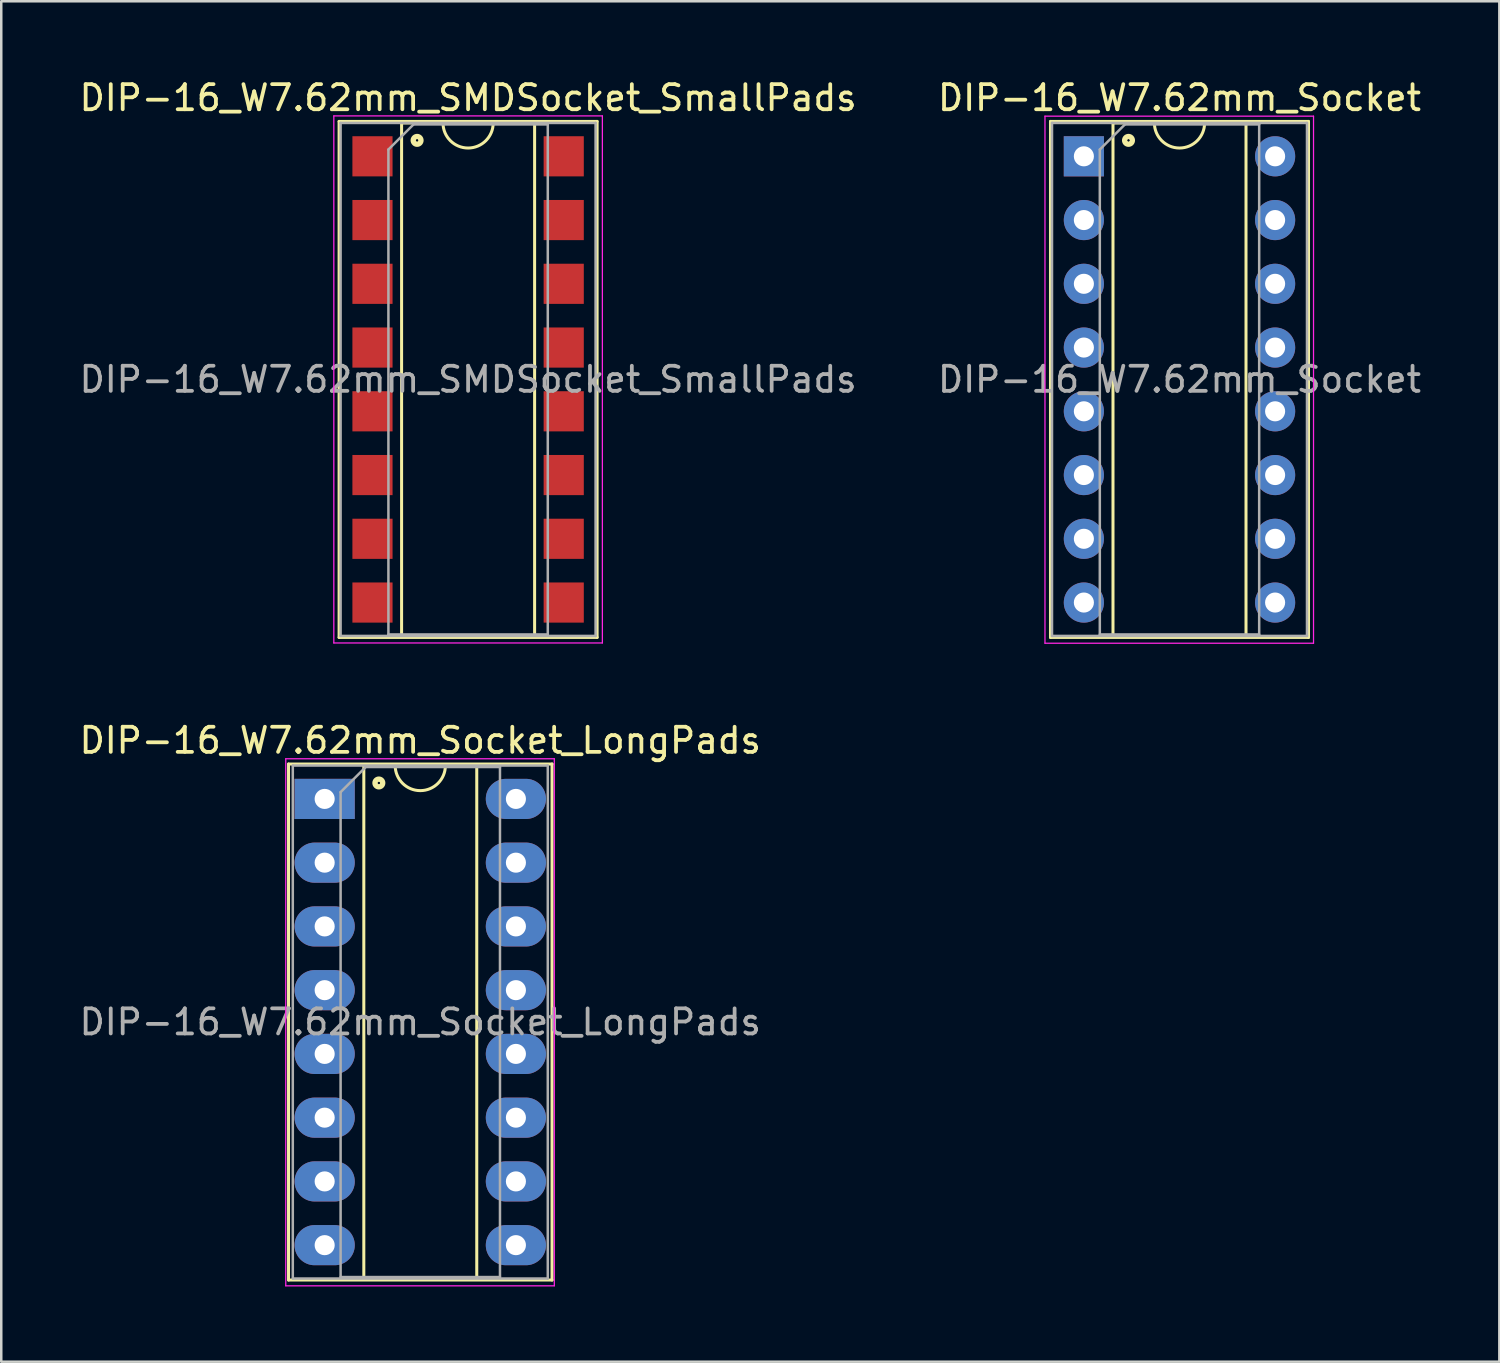
<source format=kicad_pcb>
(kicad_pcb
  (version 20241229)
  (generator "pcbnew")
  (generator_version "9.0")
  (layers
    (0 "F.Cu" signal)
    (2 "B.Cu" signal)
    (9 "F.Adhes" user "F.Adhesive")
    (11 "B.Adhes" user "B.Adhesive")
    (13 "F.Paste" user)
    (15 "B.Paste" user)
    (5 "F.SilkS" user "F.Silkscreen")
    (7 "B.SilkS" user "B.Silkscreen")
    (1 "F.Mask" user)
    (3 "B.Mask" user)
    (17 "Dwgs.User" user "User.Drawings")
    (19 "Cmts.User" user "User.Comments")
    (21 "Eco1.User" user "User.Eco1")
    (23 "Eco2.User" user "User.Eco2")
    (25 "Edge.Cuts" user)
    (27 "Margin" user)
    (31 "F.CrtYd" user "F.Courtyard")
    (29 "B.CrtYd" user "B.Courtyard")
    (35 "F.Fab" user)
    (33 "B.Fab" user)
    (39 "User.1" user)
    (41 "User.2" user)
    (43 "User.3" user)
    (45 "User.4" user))
  (footprint "DIP-16_W7.62mm_Socket_LongPads"
    (layer "F.Cu")
    (at 9.886 28.782)
    (property "Reference" "DIP-16_W7.62mm_Socket_LongPads" (at 3.81 -2.33 0) (layer "F.SilkS") (effects (font (size 1 1) (thickness 0.15))))
    (attr through_hole)
    (fp_line (start -1.44 -1.39) (end -1.44 19.17) (stroke (width 0.12) (type solid)) (layer "F.SilkS"))
    (fp_line (start -1.44 19.17) (end 9.06 19.17) (stroke (width 0.12) (type solid)) (layer "F.SilkS"))
    (fp_line (start 1.56 -1.33) (end 1.56 19.11) (stroke (width 0.12) (type solid)) (layer "F.SilkS"))
    (fp_line (start 1.56 19.11) (end 6.06 19.11) (stroke (width 0.12) (type solid)) (layer "F.SilkS"))
    (fp_line (start 2.81 -1.33) (end 1.56 -1.33) (stroke (width 0.12) (type solid)) (layer "F.SilkS"))
    (fp_line (start 6.06 -1.33) (end 4.81 -1.33) (stroke (width 0.12) (type solid)) (layer "F.SilkS"))
    (fp_line (start 6.06 19.11) (end 6.06 -1.33) (stroke (width 0.12) (type solid)) (layer "F.SilkS"))
    (fp_line (start 9.06 -1.39) (end -1.44 -1.39) (stroke (width 0.12) (type solid)) (layer "F.SilkS"))
    (fp_line (start 9.06 19.17) (end 9.06 -1.39) (stroke (width 0.12) (type solid)) (layer "F.SilkS"))
    (fp_arc (start 4.81 -1.33) (mid 3.81 -0.33) (end 2.81 -1.33) (stroke (width 0.12) (type solid)) (layer "F.SilkS"))
    (fp_circle (center 2.159 -0.635) (end 2.209 -0.635) (stroke (width 0.12) (type solid)) (fill no) (layer "F.SilkS"))
    (fp_circle (center 2.159 -0.635) (end 2.284 -0.635) (stroke (width 0.12) (type solid)) (fill no) (layer "F.SilkS"))
    (fp_circle (center 2.159 -0.635) (end 2.359 -0.635) (stroke (width 0.12) (type solid)) (fill no) (layer "F.SilkS"))
    (fp_line (start -1.55 -1.6) (end -1.55 19.4) (stroke (width 0.05) (type solid)) (layer "F.CrtYd"))
    (fp_line (start -1.55 19.4) (end 9.15 19.4) (stroke (width 0.05) (type solid)) (layer "F.CrtYd"))
    (fp_line (start 9.15 -1.6) (end -1.55 -1.6) (stroke (width 0.05) (type solid)) (layer "F.CrtYd"))
    (fp_line (start 9.15 19.4) (end 9.15 -1.6) (stroke (width 0.05) (type solid)) (layer "F.CrtYd"))
    (fp_line (start -1.27 -1.33) (end -1.27 19.11) (stroke (width 0.1) (type solid)) (layer "F.Fab"))
    (fp_line (start -1.27 19.11) (end 8.89 19.11) (stroke (width 0.1) (type solid)) (layer "F.Fab"))
    (fp_line (start 0.635 -0.27) (end 1.635 -1.27) (stroke (width 0.1) (type solid)) (layer "F.Fab"))
    (fp_line (start 0.635 19.05) (end 0.635 -0.27) (stroke (width 0.1) (type solid)) (layer "F.Fab"))
    (fp_line (start 1.635 -1.27) (end 6.985 -1.27) (stroke (width 0.1) (type solid)) (layer "F.Fab"))
    (fp_line (start 6.985 -1.27) (end 6.985 19.05) (stroke (width 0.1) (type solid)) (layer "F.Fab"))
    (fp_line (start 6.985 19.05) (end 0.635 19.05) (stroke (width 0.1) (type solid)) (layer "F.Fab"))
    (fp_line (start 8.89 -1.33) (end -1.27 -1.33) (stroke (width 0.1) (type solid)) (layer "F.Fab"))
    (fp_line (start 8.89 19.11) (end 8.89 -1.33) (stroke (width 0.1) (type solid)) (layer "F.Fab"))
    (fp_text user "${REFERENCE}" (at 3.81 8.89 0) (layer "F.Fab") (effects (font (size 1 1) (thickness 0.15))))
    (pad "1" thru_hole rect (at 0 0) (size 2.4 1.6) (drill 0.8) (layers "*.Cu" "*.Mask"))
    (pad "2" thru_hole oval (at 0 2.54) (size 2.4 1.6) (drill 0.8) (layers "*.Cu" "*.Mask"))
    (pad "3" thru_hole oval (at 0 5.08) (size 2.4 1.6) (drill 0.8) (layers "*.Cu" "*.Mask"))
    (pad "4" thru_hole oval (at 0 7.62) (size 2.4 1.6) (drill 0.8) (layers "*.Cu" "*.Mask"))
    (pad "5" thru_hole oval (at 0 10.16) (size 2.4 1.6) (drill 0.8) (layers "*.Cu" "*.Mask"))
    (pad "6" thru_hole oval (at 0 12.7) (size 2.4 1.6) (drill 0.8) (layers "*.Cu" "*.Mask"))
    (pad "7" thru_hole oval (at 0 15.24) (size 2.4 1.6) (drill 0.8) (layers "*.Cu" "*.Mask"))
    (pad "8" thru_hole oval (at 0 17.78) (size 2.4 1.6) (drill 0.8) (layers "*.Cu" "*.Mask"))
    (pad "9" thru_hole oval (at 7.62 17.78) (size 2.4 1.6) (drill 0.8) (layers "*.Cu" "*.Mask"))
    (pad "10" thru_hole oval (at 7.62 15.24) (size 2.4 1.6) (drill 0.8) (layers "*.Cu" "*.Mask"))
    (pad "11" thru_hole oval (at 7.62 12.7) (size 2.4 1.6) (drill 0.8) (layers "*.Cu" "*.Mask"))
    (pad "12" thru_hole oval (at 7.62 10.16) (size 2.4 1.6) (drill 0.8) (layers "*.Cu" "*.Mask"))
    (pad "13" thru_hole oval (at 7.62 7.62) (size 2.4 1.6) (drill 0.8) (layers "*.Cu" "*.Mask"))
    (pad "14" thru_hole oval (at 7.62 5.08) (size 2.4 1.6) (drill 0.8) (layers "*.Cu" "*.Mask"))
    (pad "15" thru_hole oval (at 7.62 2.54) (size 2.4 1.6) (drill 0.8) (layers "*.Cu" "*.Mask"))
    (pad "16" thru_hole oval (at 7.62 0) (size 2.4 1.6) (drill 0.8) (layers "*.Cu" "*.Mask")))
  (footprint "DIP-16_W7.62mm_Socket"
    (layer "F.Cu")
    (at 40.136 3.178)
    (property "Reference" "DIP-16_W7.62mm_Socket" (at 3.81 -2.33 0) (layer "F.SilkS") (effects (font (size 1 1) (thickness 0.15))))
    (attr through_hole)
    (fp_line (start -1.33 -1.39) (end -1.33 19.17) (stroke (width 0.12) (type solid)) (layer "F.SilkS"))
    (fp_line (start -1.33 19.17) (end 8.95 19.17) (stroke (width 0.12) (type solid)) (layer "F.SilkS"))
    (fp_line (start 1.16 -1.33) (end 1.16 19.11) (stroke (width 0.12) (type solid)) (layer "F.SilkS"))
    (fp_line (start 1.16 19.11) (end 6.46 19.11) (stroke (width 0.12) (type solid)) (layer "F.SilkS"))
    (fp_line (start 2.81 -1.33) (end 1.16 -1.33) (stroke (width 0.12) (type solid)) (layer "F.SilkS"))
    (fp_line (start 6.46 -1.33) (end 4.81 -1.33) (stroke (width 0.12) (type solid)) (layer "F.SilkS"))
    (fp_line (start 6.46 19.11) (end 6.46 -1.33) (stroke (width 0.12) (type solid)) (layer "F.SilkS"))
    (fp_line (start 8.95 -1.39) (end -1.33 -1.39) (stroke (width 0.12) (type solid)) (layer "F.SilkS"))
    (fp_line (start 8.95 19.17) (end 8.95 -1.39) (stroke (width 0.12) (type solid)) (layer "F.SilkS"))
    (fp_arc (start 4.81 -1.33) (mid 3.81 -0.33) (end 2.81 -1.33) (stroke (width 0.12) (type solid)) (layer "F.SilkS"))
    (fp_circle (center 1.778 -0.635) (end 1.828 -0.635) (stroke (width 0.12) (type solid)) (fill no) (layer "F.SilkS"))
    (fp_circle (center 1.778 -0.635) (end 1.903 -0.635) (stroke (width 0.12) (type solid)) (fill no) (layer "F.SilkS"))
    (fp_circle (center 1.778 -0.635) (end 1.978 -0.635) (stroke (width 0.12) (type solid)) (fill no) (layer "F.SilkS"))
    (fp_line (start -1.55 -1.6) (end -1.55 19.4) (stroke (width 0.05) (type solid)) (layer "F.CrtYd"))
    (fp_line (start -1.55 19.4) (end 9.15 19.4) (stroke (width 0.05) (type solid)) (layer "F.CrtYd"))
    (fp_line (start 9.15 -1.6) (end -1.55 -1.6) (stroke (width 0.05) (type solid)) (layer "F.CrtYd"))
    (fp_line (start 9.15 19.4) (end 9.15 -1.6) (stroke (width 0.05) (type solid)) (layer "F.CrtYd"))
    (fp_line (start -1.27 -1.33) (end -1.27 19.11) (stroke (width 0.1) (type solid)) (layer "F.Fab"))
    (fp_line (start -1.27 19.11) (end 8.89 19.11) (stroke (width 0.1) (type solid)) (layer "F.Fab"))
    (fp_line (start 0.635 -0.27) (end 1.635 -1.27) (stroke (width 0.1) (type solid)) (layer "F.Fab"))
    (fp_line (start 0.635 19.05) (end 0.635 -0.27) (stroke (width 0.1) (type solid)) (layer "F.Fab"))
    (fp_line (start 1.635 -1.27) (end 6.985 -1.27) (stroke (width 0.1) (type solid)) (layer "F.Fab"))
    (fp_line (start 6.985 -1.27) (end 6.985 19.05) (stroke (width 0.1) (type solid)) (layer "F.Fab"))
    (fp_line (start 6.985 19.05) (end 0.635 19.05) (stroke (width 0.1) (type solid)) (layer "F.Fab"))
    (fp_line (start 8.89 -1.33) (end -1.27 -1.33) (stroke (width 0.1) (type solid)) (layer "F.Fab"))
    (fp_line (start 8.89 19.11) (end 8.89 -1.33) (stroke (width 0.1) (type solid)) (layer "F.Fab"))
    (fp_text user "${REFERENCE}" (at 3.81 8.89 0) (layer "F.Fab") (effects (font (size 1 1) (thickness 0.15))))
    (pad "1" thru_hole rect (at 0 0) (size 1.6 1.6) (drill 0.8) (layers "*.Cu" "*.Mask"))
    (pad "2" thru_hole oval (at 0 2.54) (size 1.6 1.6) (drill 0.8) (layers "*.Cu" "*.Mask"))
    (pad "3" thru_hole oval (at 0 5.08) (size 1.6 1.6) (drill 0.8) (layers "*.Cu" "*.Mask"))
    (pad "4" thru_hole oval (at 0 7.62) (size 1.6 1.6) (drill 0.8) (layers "*.Cu" "*.Mask"))
    (pad "5" thru_hole oval (at 0 10.16) (size 1.6 1.6) (drill 0.8) (layers "*.Cu" "*.Mask"))
    (pad "6" thru_hole oval (at 0 12.7) (size 1.6 1.6) (drill 0.8) (layers "*.Cu" "*.Mask"))
    (pad "7" thru_hole oval (at 0 15.24) (size 1.6 1.6) (drill 0.8) (layers "*.Cu" "*.Mask"))
    (pad "8" thru_hole oval (at 0 17.78) (size 1.6 1.6) (drill 0.8) (layers "*.Cu" "*.Mask"))
    (pad "9" thru_hole oval (at 7.62 17.78) (size 1.6 1.6) (drill 0.8) (layers "*.Cu" "*.Mask"))
    (pad "10" thru_hole oval (at 7.62 15.24) (size 1.6 1.6) (drill 0.8) (layers "*.Cu" "*.Mask"))
    (pad "11" thru_hole oval (at 7.62 12.7) (size 1.6 1.6) (drill 0.8) (layers "*.Cu" "*.Mask"))
    (pad "12" thru_hole oval (at 7.62 10.16) (size 1.6 1.6) (drill 0.8) (layers "*.Cu" "*.Mask"))
    (pad "13" thru_hole oval (at 7.62 7.62) (size 1.6 1.6) (drill 0.8) (layers "*.Cu" "*.Mask"))
    (pad "14" thru_hole oval (at 7.62 5.08) (size 1.6 1.6) (drill 0.8) (layers "*.Cu" "*.Mask"))
    (pad "15" thru_hole oval (at 7.62 2.54) (size 1.6 1.6) (drill 0.8) (layers "*.Cu" "*.Mask"))
    (pad "16" thru_hole oval (at 7.62 0) (size 1.6 1.6) (drill 0.8) (layers "*.Cu" "*.Mask")))
  (footprint "DIP-16_W7.62mm_SMDSocket_SmallPads"
    (layer "F.Cu")
    (at 15.601 12.068)
    (property "Reference" "DIP-16_W7.62mm_SMDSocket_SmallPads" (at 0 -11.22 0) (layer "F.SilkS") (effects (font (size 1 1) (thickness 0.15))))
    (attr smd)
    (fp_line (start -5.14 -10.28) (end -5.14 10.28) (stroke (width 0.12) (type solid)) (layer "F.SilkS"))
    (fp_line (start -5.14 10.28) (end 5.14 10.28) (stroke (width 0.12) (type solid)) (layer "F.SilkS"))
    (fp_line (start -2.65 -10.22) (end -2.65 10.22) (stroke (width 0.12) (type solid)) (layer "F.SilkS"))
    (fp_line (start -2.65 10.22) (end 2.65 10.22) (stroke (width 0.12) (type solid)) (layer "F.SilkS"))
    (fp_line (start -1 -10.22) (end -2.65 -10.22) (stroke (width 0.12) (type solid)) (layer "F.SilkS"))
    (fp_line (start 2.65 -10.22) (end 1 -10.22) (stroke (width 0.12) (type solid)) (layer "F.SilkS"))
    (fp_line (start 2.65 10.22) (end 2.65 -10.22) (stroke (width 0.12) (type solid)) (layer "F.SilkS"))
    (fp_line (start 5.14 -10.28) (end -5.14 -10.28) (stroke (width 0.12) (type solid)) (layer "F.SilkS"))
    (fp_line (start 5.14 10.28) (end 5.14 -10.28) (stroke (width 0.12) (type solid)) (layer "F.SilkS"))
    (fp_arc (start 1 -10.22) (mid 0 -9.22) (end -1 -10.22) (stroke (width 0.12) (type solid)) (layer "F.SilkS"))
    (fp_circle (center -2.032 -9.525) (end -1.982 -9.525) (stroke (width 0.12) (type solid)) (fill no) (layer "F.SilkS"))
    (fp_circle (center -2.032 -9.525) (end -1.907 -9.525) (stroke (width 0.12) (type solid)) (fill no) (layer "F.SilkS"))
    (fp_circle (center -2.032 -9.525) (end -1.832 -9.525) (stroke (width 0.12) (type solid)) (fill no) (layer "F.SilkS"))
    (fp_line (start -5.35 -10.5) (end -5.35 10.5) (stroke (width 0.05) (type solid)) (layer "F.CrtYd"))
    (fp_line (start -5.35 10.5) (end 5.35 10.5) (stroke (width 0.05) (type solid)) (layer "F.CrtYd"))
    (fp_line (start 5.35 -10.5) (end -5.35 -10.5) (stroke (width 0.05) (type solid)) (layer "F.CrtYd"))
    (fp_line (start 5.35 10.5) (end 5.35 -10.5) (stroke (width 0.05) (type solid)) (layer "F.CrtYd"))
    (fp_line (start -5.08 -10.22) (end -5.08 10.22) (stroke (width 0.1) (type solid)) (layer "F.Fab"))
    (fp_line (start -5.08 10.22) (end 5.08 10.22) (stroke (width 0.1) (type solid)) (layer "F.Fab"))
    (fp_line (start -3.175 -9.16) (end -2.175 -10.16) (stroke (width 0.1) (type solid)) (layer "F.Fab"))
    (fp_line (start -3.175 10.16) (end -3.175 -9.16) (stroke (width 0.1) (type solid)) (layer "F.Fab"))
    (fp_line (start -2.175 -10.16) (end 3.175 -10.16) (stroke (width 0.1) (type solid)) (layer "F.Fab"))
    (fp_line (start 3.175 -10.16) (end 3.175 10.16) (stroke (width 0.1) (type solid)) (layer "F.Fab"))
    (fp_line (start 3.175 10.16) (end -3.175 10.16) (stroke (width 0.1) (type solid)) (layer "F.Fab"))
    (fp_line (start 5.08 -10.22) (end -5.08 -10.22) (stroke (width 0.1) (type solid)) (layer "F.Fab"))
    (fp_line (start 5.08 10.22) (end 5.08 -10.22) (stroke (width 0.1) (type solid)) (layer "F.Fab"))
    (fp_text user "${REFERENCE}" (at 0 0 0) (layer "F.Fab") (effects (font (size 1 1) (thickness 0.15))))
    (pad "1" smd rect (at -3.81 -8.89) (size 1.6 1.6) (layers "F.Cu" "F.Mask" "F.Paste"))
    (pad "2" smd rect (at -3.81 -6.35) (size 1.6 1.6) (layers "F.Cu" "F.Mask" "F.Paste"))
    (pad "3" smd rect (at -3.81 -3.81) (size 1.6 1.6) (layers "F.Cu" "F.Mask" "F.Paste"))
    (pad "4" smd rect (at -3.81 -1.27) (size 1.6 1.6) (layers "F.Cu" "F.Mask" "F.Paste"))
    (pad "5" smd rect (at -3.81 1.27) (size 1.6 1.6) (layers "F.Cu" "F.Mask" "F.Paste"))
    (pad "6" smd rect (at -3.81 3.81) (size 1.6 1.6) (layers "F.Cu" "F.Mask" "F.Paste"))
    (pad "7" smd rect (at -3.81 6.35) (size 1.6 1.6) (layers "F.Cu" "F.Mask" "F.Paste"))
    (pad "8" smd rect (at -3.81 8.89) (size 1.6 1.6) (layers "F.Cu" "F.Mask" "F.Paste"))
    (pad "9" smd rect (at 3.81 8.89) (size 1.6 1.6) (layers "F.Cu" "F.Mask" "F.Paste"))
    (pad "10" smd rect (at 3.81 6.35) (size 1.6 1.6) (layers "F.Cu" "F.Mask" "F.Paste"))
    (pad "11" smd rect (at 3.81 3.81) (size 1.6 1.6) (layers "F.Cu" "F.Mask" "F.Paste"))
    (pad "12" smd rect (at 3.81 1.27) (size 1.6 1.6) (layers "F.Cu" "F.Mask" "F.Paste"))
    (pad "13" smd rect (at 3.81 -1.27) (size 1.6 1.6) (layers "F.Cu" "F.Mask" "F.Paste"))
    (pad "14" smd rect (at 3.81 -3.81) (size 1.6 1.6) (layers "F.Cu" "F.Mask" "F.Paste"))
    (pad "15" smd rect (at 3.81 -6.35) (size 1.6 1.6) (layers "F.Cu" "F.Mask" "F.Paste"))
    (pad "16" smd rect (at 3.81 -8.89) (size 1.6 1.6) (layers "F.Cu" "F.Mask" "F.Paste")))
  (gr_rect
    (start -3 -3)
    (end 56.69 51.206)
    (stroke (width 0.1) (type default))
    (fill no)
    (layer "Edge.Cuts")))
</source>
